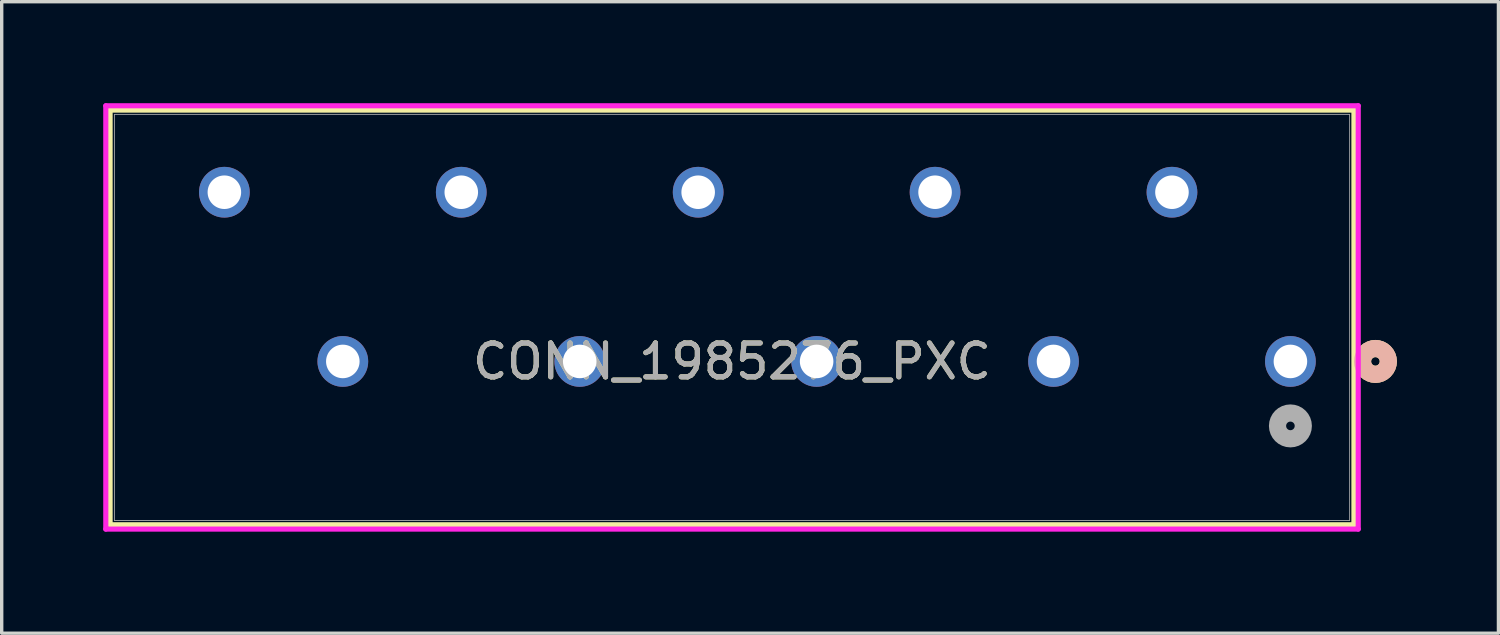
<source format=kicad_pcb>
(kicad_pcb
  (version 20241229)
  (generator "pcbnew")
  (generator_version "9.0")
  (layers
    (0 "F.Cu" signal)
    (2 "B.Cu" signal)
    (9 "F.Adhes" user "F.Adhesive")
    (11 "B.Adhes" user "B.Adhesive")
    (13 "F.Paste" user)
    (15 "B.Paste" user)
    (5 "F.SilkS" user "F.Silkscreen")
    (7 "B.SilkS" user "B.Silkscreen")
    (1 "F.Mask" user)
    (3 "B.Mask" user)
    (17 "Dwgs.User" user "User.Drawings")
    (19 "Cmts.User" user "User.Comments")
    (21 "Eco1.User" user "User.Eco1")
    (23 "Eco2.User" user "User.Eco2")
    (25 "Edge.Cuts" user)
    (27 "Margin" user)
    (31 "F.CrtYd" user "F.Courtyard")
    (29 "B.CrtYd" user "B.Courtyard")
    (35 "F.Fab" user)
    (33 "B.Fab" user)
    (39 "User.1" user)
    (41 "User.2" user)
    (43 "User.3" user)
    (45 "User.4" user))
  (footprint "CONN_1985276_PXC"
    (layer "F.Cu")
    (at 35.08 7.63)
    (property "Reference" "CONN_1985276_PXC" (at -16.5 0 0) (unlocked yes) (layer "F.SilkS") (effects (font (size 1 1) (thickness 0.15))))
    (attr through_hole)
    (fp_line (start -34.877 -7.427) (end -34.877 4.827) (stroke (width 0.152) (type solid)) (layer "F.SilkS"))
    (fp_line (start -34.877 4.827) (end 1.877 4.827) (stroke (width 0.152) (type solid)) (layer "F.SilkS"))
    (fp_line (start 1.877 -7.427) (end -34.877 -7.427) (stroke (width 0.152) (type solid)) (layer "F.SilkS"))
    (fp_line (start 1.877 4.827) (end 1.877 -7.427) (stroke (width 0.152) (type solid)) (layer "F.SilkS"))
    (fp_circle (center 2.512 0) (end 2.893 0) (stroke (width 0.508) (type solid)) (fill no) (layer "F.SilkS"))
    (fp_circle (center 2.512 0) (end 2.893 0) (stroke (width 0.508) (type solid)) (fill no) (layer "B.SilkS"))
    (fp_line (start -35.004 -7.554) (end -35.004 4.954) (stroke (width 0.152) (type solid)) (layer "F.CrtYd"))
    (fp_line (start -35.004 4.954) (end 2.004 4.954) (stroke (width 0.152) (type solid)) (layer "F.CrtYd"))
    (fp_line (start 2.004 -7.554) (end -35.004 -7.554) (stroke (width 0.152) (type solid)) (layer "F.CrtYd"))
    (fp_line (start 2.004 4.954) (end 2.004 -7.554) (stroke (width 0.152) (type solid)) (layer "F.CrtYd"))
    (fp_line (start -34.75 -7.3) (end -34.75 4.7) (stroke (width 0.025) (type solid)) (layer "F.Fab"))
    (fp_line (start -34.75 4.7) (end 1.75 4.7) (stroke (width 0.025) (type solid)) (layer "F.Fab"))
    (fp_line (start 1.75 -7.3) (end -34.75 -7.3) (stroke (width 0.025) (type solid)) (layer "F.Fab"))
    (fp_line (start 1.75 4.7) (end 1.75 -7.3) (stroke (width 0.025) (type solid)) (layer "F.Fab"))
    (fp_circle (center 0 1.905) (end 0.381 1.905) (stroke (width 0.508) (type solid)) (fill no) (layer "F.Fab"))
    (fp_text user "${REFERENCE}" (at -16.5 0 0) (unlocked yes) (layer "F.Fab") (effects (font (size 1 1) (thickness 0.15))))
    (pad "1" thru_hole circle (at 0 0) (size 1.499 1.499) (drill 0.991) (layers "*.Cu" "*.Mask"))
    (pad "2" thru_hole circle (at -3.5 -5) (size 1.499 1.499) (drill 0.991) (layers "*.Cu" "*.Mask"))
    (pad "3" thru_hole circle (at -7 0) (size 1.499 1.499) (drill 0.991) (layers "*.Cu" "*.Mask"))
    (pad "4" thru_hole circle (at -10.5 -5) (size 1.499 1.499) (drill 0.991) (layers "*.Cu" "*.Mask"))
    (pad "5" thru_hole circle (at -14 0) (size 1.499 1.499) (drill 0.991) (layers "*.Cu" "*.Mask"))
    (pad "6" thru_hole circle (at -17.5 -5) (size 1.499 1.499) (drill 0.991) (layers "*.Cu" "*.Mask"))
    (pad "7" thru_hole circle (at -21 0) (size 1.499 1.499) (drill 0.991) (layers "*.Cu" "*.Mask"))
    (pad "8" thru_hole circle (at -24.5 -5) (size 1.499 1.499) (drill 0.991) (layers "*.Cu" "*.Mask"))
    (pad "9" thru_hole circle (at -28 0) (size 1.499 1.499) (drill 0.991) (layers "*.Cu" "*.Mask"))
    (pad "10" thru_hole circle (at -31.5 -5) (size 1.499 1.499) (drill 0.991) (layers "*.Cu" "*.Mask")))
  (gr_rect
    (start -3 -3)
    (end 41.227 15.66)
    (stroke (width 0.1) (type default))
    (fill no)
    (layer "Edge.Cuts")))
</source>
